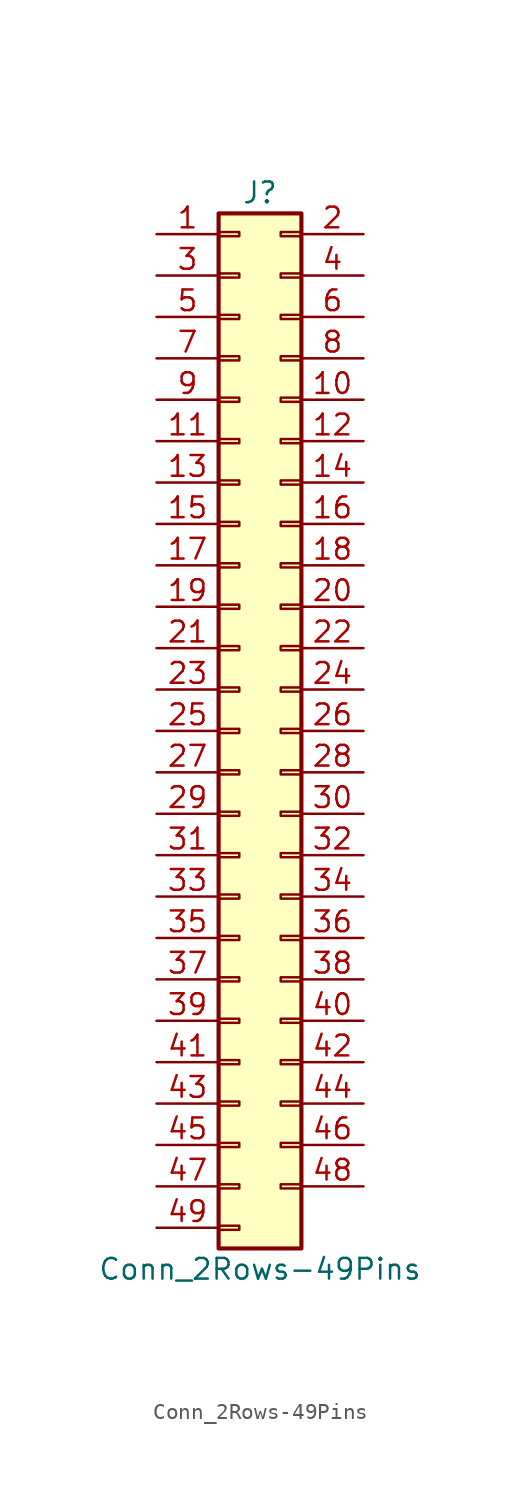
<source format=kicad_sym>
(kicad_symbol_lib
  (version 20211014)
  (generator kicad_symbol_editor)
  (symbol "Conn_2Rows-49Pins"
    (pin_names
      (offset 1.016) hide)
    (property "Reference" "J"
      (at 1.27 33.02 0)
      (effects (font (size 1.27 1.27))))
    (property "Value" "Conn_2Rows-49Pins"
      (at 1.27 -33.02 0)
      (effects (font (size 1.27 1.27))))
    (symbol "Conn_2Rows-49Pins_1_1"
      (rectangle (start -1.27 -30.353) (end 0 -30.607) (stroke (width 0.152) (type default) (color 0 0 0 0)) (fill (type none)))
      (rectangle (start -1.27 -27.813) (end 0 -28.067) (stroke (width 0.152) (type default) (color 0 0 0 0)) (fill (type none)))
      (rectangle (start -1.27 -25.273) (end 0 -25.527) (stroke (width 0.152) (type default) (color 0 0 0 0)) (fill (type none)))
      (rectangle (start -1.27 -22.733) (end 0 -22.987) (stroke (width 0.152) (type default) (color 0 0 0 0)) (fill (type none)))
      (rectangle (start -1.27 -20.193) (end 0 -20.447) (stroke (width 0.152) (type default) (color 0 0 0 0)) (fill (type none)))
      (rectangle (start -1.27 -17.653) (end 0 -17.907) (stroke (width 0.152) (type default) (color 0 0 0 0)) (fill (type none)))
      (rectangle (start -1.27 -15.113) (end 0 -15.367) (stroke (width 0.152) (type default) (color 0 0 0 0)) (fill (type none)))
      (rectangle (start -1.27 -12.573) (end 0 -12.827) (stroke (width 0.152) (type default) (color 0 0 0 0)) (fill (type none)))
      (rectangle (start -1.27 -10.033) (end 0 -10.287) (stroke (width 0.152) (type default) (color 0 0 0 0)) (fill (type none)))
      (rectangle (start -1.27 -7.493) (end 0 -7.747) (stroke (width 0.152) (type default) (color 0 0 0 0)) (fill (type none)))
      (rectangle (start -1.27 -4.953) (end 0 -5.207) (stroke (width 0.152) (type default) (color 0 0 0 0)) (fill (type none)))
      (rectangle (start -1.27 -2.413) (end 0 -2.667) (stroke (width 0.152) (type default) (color 0 0 0 0)) (fill (type none)))
      (rectangle (start -1.27 0.127) (end 0 -0.127) (stroke (width 0.152) (type default) (color 0 0 0 0)) (fill (type none)))
      (rectangle (start -1.27 2.667) (end 0 2.413) (stroke (width 0.152) (type default) (color 0 0 0 0)) (fill (type none)))
      (rectangle (start -1.27 5.207) (end 0 4.953) (stroke (width 0.152) (type default) (color 0 0 0 0)) (fill (type none)))
      (rectangle (start -1.27 7.747) (end 0 7.493) (stroke (width 0.152) (type default) (color 0 0 0 0)) (fill (type none)))
      (rectangle (start -1.27 10.287) (end 0 10.033) (stroke (width 0.152) (type default) (color 0 0 0 0)) (fill (type none)))
      (rectangle (start -1.27 12.827) (end 0 12.573) (stroke (width 0.152) (type default) (color 0 0 0 0)) (fill (type none)))
      (rectangle (start -1.27 15.367) (end 0 15.113) (stroke (width 0.152) (type default) (color 0 0 0 0)) (fill (type none)))
      (rectangle (start -1.27 17.907) (end 0 17.653) (stroke (width 0.152) (type default) (color 0 0 0 0)) (fill (type none)))
      (rectangle (start -1.27 20.447) (end 0 20.193) (stroke (width 0.152) (type default) (color 0 0 0 0)) (fill (type none)))
      (rectangle (start -1.27 22.987) (end 0 22.733) (stroke (width 0.152) (type default) (color 0 0 0 0)) (fill (type none)))
      (rectangle (start -1.27 25.527) (end 0 25.273) (stroke (width 0.152) (type default) (color 0 0 0 0)) (fill (type none)))
      (rectangle (start -1.27 28.067) (end 0 27.813) (stroke (width 0.152) (type default) (color 0 0 0 0)) (fill (type none)))
      (rectangle (start -1.27 30.607) (end 0 30.353) (stroke (width 0.152) (type default) (color 0 0 0 0)) (fill (type none)))
      (rectangle (start -1.27 31.75) (end 3.81 -31.75) (stroke (width 0.254) (type default) (color 0 0 0 0)) (fill (type background)))
      (rectangle (start 3.81 -27.813) (end 2.54 -28.067) (stroke (width 0.152) (type default) (color 0 0 0 0)) (fill (type none)))
      (rectangle (start 3.81 -25.273) (end 2.54 -25.527) (stroke (width 0.152) (type default) (color 0 0 0 0)) (fill (type none)))
      (rectangle (start 3.81 -22.733) (end 2.54 -22.987) (stroke (width 0.152) (type default) (color 0 0 0 0)) (fill (type none)))
      (rectangle (start 3.81 -20.193) (end 2.54 -20.447) (stroke (width 0.152) (type default) (color 0 0 0 0)) (fill (type none)))
      (rectangle (start 3.81 -17.653) (end 2.54 -17.907) (stroke (width 0.152) (type default) (color 0 0 0 0)) (fill (type none)))
      (rectangle (start 3.81 -15.113) (end 2.54 -15.367) (stroke (width 0.152) (type default) (color 0 0 0 0)) (fill (type none)))
      (rectangle (start 3.81 -12.573) (end 2.54 -12.827) (stroke (width 0.152) (type default) (color 0 0 0 0)) (fill (type none)))
      (rectangle (start 3.81 -10.033) (end 2.54 -10.287) (stroke (width 0.152) (type default) (color 0 0 0 0)) (fill (type none)))
      (rectangle (start 3.81 -7.493) (end 2.54 -7.747) (stroke (width 0.152) (type default) (color 0 0 0 0)) (fill (type none)))
      (rectangle (start 3.81 -4.953) (end 2.54 -5.207) (stroke (width 0.152) (type default) (color 0 0 0 0)) (fill (type none)))
      (rectangle (start 3.81 -2.413) (end 2.54 -2.667) (stroke (width 0.152) (type default) (color 0 0 0 0)) (fill (type none)))
      (rectangle (start 3.81 0.127) (end 2.54 -0.127) (stroke (width 0.152) (type default) (color 0 0 0 0)) (fill (type none)))
      (rectangle (start 3.81 2.667) (end 2.54 2.413) (stroke (width 0.152) (type default) (color 0 0 0 0)) (fill (type none)))
      (rectangle (start 3.81 5.207) (end 2.54 4.953) (stroke (width 0.152) (type default) (color 0 0 0 0)) (fill (type none)))
      (rectangle (start 3.81 7.747) (end 2.54 7.493) (stroke (width 0.152) (type default) (color 0 0 0 0)) (fill (type none)))
      (rectangle (start 3.81 10.287) (end 2.54 10.033) (stroke (width 0.152) (type default) (color 0 0 0 0)) (fill (type none)))
      (rectangle (start 3.81 12.827) (end 2.54 12.573) (stroke (width 0.152) (type default) (color 0 0 0 0)) (fill (type none)))
      (rectangle (start 3.81 15.367) (end 2.54 15.113) (stroke (width 0.152) (type default) (color 0 0 0 0)) (fill (type none)))
      (rectangle (start 3.81 17.907) (end 2.54 17.653) (stroke (width 0.152) (type default) (color 0 0 0 0)) (fill (type none)))
      (rectangle (start 3.81 20.447) (end 2.54 20.193) (stroke (width 0.152) (type default) (color 0 0 0 0)) (fill (type none)))
      (rectangle (start 3.81 22.987) (end 2.54 22.733) (stroke (width 0.152) (type default) (color 0 0 0 0)) (fill (type none)))
      (rectangle (start 3.81 25.527) (end 2.54 25.273) (stroke (width 0.152) (type default) (color 0 0 0 0)) (fill (type none)))
      (rectangle (start 3.81 28.067) (end 2.54 27.813) (stroke (width 0.152) (type default) (color 0 0 0 0)) (fill (type none)))
      (rectangle (start 3.81 30.607) (end 2.54 30.353) (stroke (width 0.152) (type default) (color 0 0 0 0)) (fill (type none)))
      (pin passive line (at -5.08 30.48 0) (length 3.81) (name "Pin_1" (effects (font (size 1.27 1.27)))) (number "1" (effects (font (size 1.27 1.27)))))
      (pin passive line (at 7.62 20.32 180) (length 3.81) (name "Pin_10" (effects (font (size 1.27 1.27)))) (number "10" (effects (font (size 1.27 1.27)))))
      (pin passive line (at -5.08 17.78 0) (length 3.81) (name "Pin_11" (effects (font (size 1.27 1.27)))) (number "11" (effects (font (size 1.27 1.27)))))
      (pin passive line (at 7.62 17.78 180) (length 3.81) (name "Pin_12" (effects (font (size 1.27 1.27)))) (number "12" (effects (font (size 1.27 1.27)))))
      (pin passive line (at -5.08 15.24 0) (length 3.81) (name "Pin_13" (effects (font (size 1.27 1.27)))) (number "13" (effects (font (size 1.27 1.27)))))
      (pin passive line (at 7.62 15.24 180) (length 3.81) (name "Pin_14" (effects (font (size 1.27 1.27)))) (number "14" (effects (font (size 1.27 1.27)))))
      (pin passive line (at -5.08 12.7 0) (length 3.81) (name "Pin_15" (effects (font (size 1.27 1.27)))) (number "15" (effects (font (size 1.27 1.27)))))
      (pin passive line (at 7.62 12.7 180) (length 3.81) (name "Pin_16" (effects (font (size 1.27 1.27)))) (number "16" (effects (font (size 1.27 1.27)))))
      (pin passive line (at -5.08 10.16 0) (length 3.81) (name "Pin_17" (effects (font (size 1.27 1.27)))) (number "17" (effects (font (size 1.27 1.27)))))
      (pin passive line (at 7.62 10.16 180) (length 3.81) (name "Pin_18" (effects (font (size 1.27 1.27)))) (number "18" (effects (font (size 1.27 1.27)))))
      (pin passive line (at -5.08 7.62 0) (length 3.81) (name "Pin_19" (effects (font (size 1.27 1.27)))) (number "19" (effects (font (size 1.27 1.27)))))
      (pin passive line (at 7.62 30.48 180) (length 3.81) (name "Pin_2" (effects (font (size 1.27 1.27)))) (number "2" (effects (font (size 1.27 1.27)))))
      (pin passive line (at 7.62 7.62 180) (length 3.81) (name "Pin_20" (effects (font (size 1.27 1.27)))) (number "20" (effects (font (size 1.27 1.27)))))
      (pin passive line (at -5.08 5.08 0) (length 3.81) (name "Pin_21" (effects (font (size 1.27 1.27)))) (number "21" (effects (font (size 1.27 1.27)))))
      (pin passive line (at 7.62 5.08 180) (length 3.81) (name "Pin_22" (effects (font (size 1.27 1.27)))) (number "22" (effects (font (size 1.27 1.27)))))
      (pin passive line (at -5.08 2.54 0) (length 3.81) (name "Pin_23" (effects (font (size 1.27 1.27)))) (number "23" (effects (font (size 1.27 1.27)))))
      (pin passive line (at 7.62 2.54 180) (length 3.81) (name "Pin_24" (effects (font (size 1.27 1.27)))) (number "24" (effects (font (size 1.27 1.27)))))
      (pin passive line (at -5.08 0 0) (length 3.81) (name "Pin_25" (effects (font (size 1.27 1.27)))) (number "25" (effects (font (size 1.27 1.27)))))
      (pin passive line (at 7.62 0 180) (length 3.81) (name "Pin_26" (effects (font (size 1.27 1.27)))) (number "26" (effects (font (size 1.27 1.27)))))
      (pin passive line (at -5.08 -2.54 0) (length 3.81) (name "Pin_27" (effects (font (size 1.27 1.27)))) (number "27" (effects (font (size 1.27 1.27)))))
      (pin passive line (at 7.62 -2.54 180) (length 3.81) (name "Pin_28" (effects (font (size 1.27 1.27)))) (number "28" (effects (font (size 1.27 1.27)))))
      (pin passive line (at -5.08 -5.08 0) (length 3.81) (name "Pin_29" (effects (font (size 1.27 1.27)))) (number "29" (effects (font (size 1.27 1.27)))))
      (pin passive line (at -5.08 27.94 0) (length 3.81) (name "Pin_3" (effects (font (size 1.27 1.27)))) (number "3" (effects (font (size 1.27 1.27)))))
      (pin passive line (at 7.62 -5.08 180) (length 3.81) (name "Pin_30" (effects (font (size 1.27 1.27)))) (number "30" (effects (font (size 1.27 1.27)))))
      (pin passive line (at -5.08 -7.62 0) (length 3.81) (name "Pin_31" (effects (font (size 1.27 1.27)))) (number "31" (effects (font (size 1.27 1.27)))))
      (pin passive line (at 7.62 -7.62 180) (length 3.81) (name "Pin_32" (effects (font (size 1.27 1.27)))) (number "32" (effects (font (size 1.27 1.27)))))
      (pin passive line (at -5.08 -10.16 0) (length 3.81) (name "Pin_33" (effects (font (size 1.27 1.27)))) (number "33" (effects (font (size 1.27 1.27)))))
      (pin passive line (at 7.62 -10.16 180) (length 3.81) (name "Pin_34" (effects (font (size 1.27 1.27)))) (number "34" (effects (font (size 1.27 1.27)))))
      (pin passive line (at -5.08 -12.7 0) (length 3.81) (name "Pin_35" (effects (font (size 1.27 1.27)))) (number "35" (effects (font (size 1.27 1.27)))))
      (pin passive line (at 7.62 -12.7 180) (length 3.81) (name "Pin_36" (effects (font (size 1.27 1.27)))) (number "36" (effects (font (size 1.27 1.27)))))
      (pin passive line (at -5.08 -15.24 0) (length 3.81) (name "Pin_37" (effects (font (size 1.27 1.27)))) (number "37" (effects (font (size 1.27 1.27)))))
      (pin passive line (at 7.62 -15.24 180) (length 3.81) (name "Pin_38" (effects (font (size 1.27 1.27)))) (number "38" (effects (font (size 1.27 1.27)))))
      (pin passive line (at -5.08 -17.78 0) (length 3.81) (name "Pin_39" (effects (font (size 1.27 1.27)))) (number "39" (effects (font (size 1.27 1.27)))))
      (pin passive line (at 7.62 27.94 180) (length 3.81) (name "Pin_4" (effects (font (size 1.27 1.27)))) (number "4" (effects (font (size 1.27 1.27)))))
      (pin passive line (at 7.62 -17.78 180) (length 3.81) (name "Pin_40" (effects (font (size 1.27 1.27)))) (number "40" (effects (font (size 1.27 1.27)))))
      (pin passive line (at -5.08 -20.32 0) (length 3.81) (name "Pin_41" (effects (font (size 1.27 1.27)))) (number "41" (effects (font (size 1.27 1.27)))))
      (pin passive line (at 7.62 -20.32 180) (length 3.81) (name "Pin_42" (effects (font (size 1.27 1.27)))) (number "42" (effects (font (size 1.27 1.27)))))
      (pin passive line (at -5.08 -22.86 0) (length 3.81) (name "Pin_43" (effects (font (size 1.27 1.27)))) (number "43" (effects (font (size 1.27 1.27)))))
      (pin passive line (at 7.62 -22.86 180) (length 3.81) (name "Pin_44" (effects (font (size 1.27 1.27)))) (number "44" (effects (font (size 1.27 1.27)))))
      (pin passive line (at -5.08 -25.4 0) (length 3.81) (name "Pin_45" (effects (font (size 1.27 1.27)))) (number "45" (effects (font (size 1.27 1.27)))))
      (pin passive line (at 7.62 -25.4 180) (length 3.81) (name "Pin_46" (effects (font (size 1.27 1.27)))) (number "46" (effects (font (size 1.27 1.27)))))
      (pin passive line (at -5.08 -27.94 0) (length 3.81) (name "Pin_47" (effects (font (size 1.27 1.27)))) (number "47" (effects (font (size 1.27 1.27)))))
      (pin passive line (at 7.62 -27.94 180) (length 3.81) (name "Pin_48" (effects (font (size 1.27 1.27)))) (number "48" (effects (font (size 1.27 1.27)))))
      (pin passive line (at -5.08 -30.48 0) (length 3.81) (name "Pin_49" (effects (font (size 1.27 1.27)))) (number "49" (effects (font (size 1.27 1.27)))))
      (pin passive line (at -5.08 25.4 0) (length 3.81) (name "Pin_5" (effects (font (size 1.27 1.27)))) (number "5" (effects (font (size 1.27 1.27)))))
      (pin passive line (at 7.62 25.4 180) (length 3.81) (name "Pin_6" (effects (font (size 1.27 1.27)))) (number "6" (effects (font (size 1.27 1.27)))))
      (pin passive line (at -5.08 22.86 0) (length 3.81) (name "Pin_7" (effects (font (size 1.27 1.27)))) (number "7" (effects (font (size 1.27 1.27)))))
      (pin passive line (at 7.62 22.86 180) (length 3.81) (name "Pin_8" (effects (font (size 1.27 1.27)))) (number "8" (effects (font (size 1.27 1.27)))))
      (pin passive line (at -5.08 20.32 0) (length 3.81) (name "Pin_9" (effects (font (size 1.27 1.27)))) (number "9" (effects (font (size 1.27 1.27))))))))
</source>
